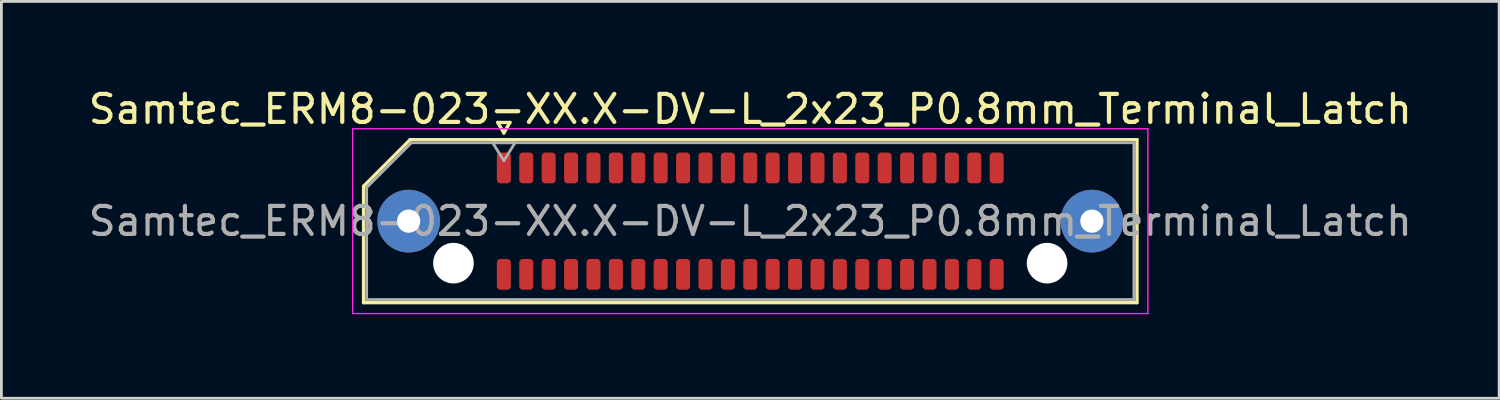
<source format=kicad_pcb>
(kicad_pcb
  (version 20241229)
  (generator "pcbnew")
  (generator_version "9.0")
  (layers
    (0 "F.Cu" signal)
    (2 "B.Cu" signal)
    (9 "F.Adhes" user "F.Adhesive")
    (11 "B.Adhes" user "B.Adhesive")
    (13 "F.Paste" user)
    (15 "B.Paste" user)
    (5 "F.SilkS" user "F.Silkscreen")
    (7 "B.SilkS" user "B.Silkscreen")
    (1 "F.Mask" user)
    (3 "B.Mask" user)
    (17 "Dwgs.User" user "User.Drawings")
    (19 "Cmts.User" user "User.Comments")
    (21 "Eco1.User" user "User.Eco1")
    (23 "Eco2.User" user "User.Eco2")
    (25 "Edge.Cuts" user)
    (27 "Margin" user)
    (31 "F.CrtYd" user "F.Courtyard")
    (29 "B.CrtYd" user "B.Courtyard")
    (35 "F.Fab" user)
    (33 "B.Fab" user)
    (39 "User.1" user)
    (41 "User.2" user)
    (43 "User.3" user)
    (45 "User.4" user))
  (footprint "Samtec_ERM8-023-XX.X-DV-L_2x23_P0.8mm_Terminal_Latch"
    (layer "F.Cu")
    (at 23.744 4.848)
    (property "Reference" "Samtec_ERM8-023-XX.X-DV-L_2x23_P0.8mm_Terminal_Latch" (at 0 -4 0) (layer "F.SilkS") (effects (font (size 1 1) (thickness 0.15))))
    (attr smd)
    (fp_line (start -13.81 -1.246) (end -12.146 -2.91) (stroke (width 0.12) (type solid)) (layer "F.SilkS"))
    (fp_line (start -13.81 2.91) (end -13.81 -1.246) (stroke (width 0.12) (type solid)) (layer "F.SilkS"))
    (fp_line (start -12.146 -2.91) (end 13.81 -2.91) (stroke (width 0.12) (type solid)) (layer "F.SilkS"))
    (fp_line (start -9.017 -3.525) (end -8.8 -3.15) (stroke (width 0.12) (type solid)) (layer "F.SilkS"))
    (fp_line (start -8.8 -3.15) (end -8.583 -3.525) (stroke (width 0.12) (type solid)) (layer "F.SilkS"))
    (fp_line (start -8.583 -3.525) (end -9.017 -3.525) (stroke (width 0.12) (type solid)) (layer "F.SilkS"))
    (fp_line (start 13.81 -2.91) (end 13.81 2.91) (stroke (width 0.12) (type solid)) (layer "F.SilkS"))
    (fp_line (start 13.81 2.91) (end -13.81 2.91) (stroke (width 0.12) (type solid)) (layer "F.SilkS"))
    (fp_line (start -14.2 -3.3) (end -14.2 3.3) (stroke (width 0.05) (type solid)) (layer "F.CrtYd"))
    (fp_line (start -14.2 3.3) (end 14.2 3.3) (stroke (width 0.05) (type solid)) (layer "F.CrtYd"))
    (fp_line (start 14.2 -3.3) (end -14.2 -3.3) (stroke (width 0.05) (type solid)) (layer "F.CrtYd"))
    (fp_line (start 14.2 3.3) (end 14.2 -3.3) (stroke (width 0.05) (type solid)) (layer "F.CrtYd"))
    (fp_line (start -13.7 -1.2) (end -12.1 -2.8) (stroke (width 0.1) (type solid)) (layer "F.Fab"))
    (fp_line (start -13.7 2.8) (end -13.7 -1.2) (stroke (width 0.1) (type solid)) (layer "F.Fab"))
    (fp_line (start -12.1 -2.8) (end 13.7 -2.8) (stroke (width 0.1) (type solid)) (layer "F.Fab"))
    (fp_line (start -9.2 -2.8) (end -8.8 -2.16) (stroke (width 0.1) (type solid)) (layer "F.Fab"))
    (fp_line (start -8.8 -2.16) (end -8.4 -2.8) (stroke (width 0.1) (type solid)) (layer "F.Fab"))
    (fp_line (start -8.4 -2.8) (end -9.2 -2.8) (stroke (width 0.1) (type solid)) (layer "F.Fab"))
    (fp_line (start 13.7 -2.8) (end 13.7 2.8) (stroke (width 0.1) (type solid)) (layer "F.Fab"))
    (fp_line (start 13.7 2.8) (end -13.7 2.8) (stroke (width 0.1) (type solid)) (layer "F.Fab"))
    (fp_text user "${REFERENCE}" (at 0 0 0) (layer "F.Fab") (effects (font (size 1 1) (thickness 0.15))))
    (pad "" thru_hole circle (at -12.2 0) (size 2.24 2.24) (drill 0.83) (layers "*.Cu" "*.Mask" "F.Paste"))
    (pad "" np_thru_hole circle (at -10.6 1.5) (size 1.45 1.45) (drill 1.45) (layers "*.Cu" "*.Mask"))
    (pad "" np_thru_hole circle (at 10.6 1.5) (size 1.45 1.45) (drill 1.45) (layers "*.Cu" "*.Mask"))
    (pad "" thru_hole circle (at 12.2 0) (size 2.24 2.24) (drill 0.83) (layers "*.Cu" "*.Mask" "F.Paste"))
    (pad "1" smd roundrect (at -8.8 -1.9) (size 0.5 1.1) (layers "F.Cu" "F.Mask" "F.Paste") (roundrect_rratio 0.25))
    (pad "2" smd roundrect (at -8.8 1.9) (size 0.5 1.1) (layers "F.Cu" "F.Mask" "F.Paste") (roundrect_rratio 0.25))
    (pad "3" smd roundrect (at -8 -1.9) (size 0.5 1.1) (layers "F.Cu" "F.Mask" "F.Paste") (roundrect_rratio 0.25))
    (pad "4" smd roundrect (at -8 1.9) (size 0.5 1.1) (layers "F.Cu" "F.Mask" "F.Paste") (roundrect_rratio 0.25))
    (pad "5" smd roundrect (at -7.2 -1.9) (size 0.5 1.1) (layers "F.Cu" "F.Mask" "F.Paste") (roundrect_rratio 0.25))
    (pad "6" smd roundrect (at -7.2 1.9) (size 0.5 1.1) (layers "F.Cu" "F.Mask" "F.Paste") (roundrect_rratio 0.25))
    (pad "7" smd roundrect (at -6.4 -1.9) (size 0.5 1.1) (layers "F.Cu" "F.Mask" "F.Paste") (roundrect_rratio 0.25))
    (pad "8" smd roundrect (at -6.4 1.9) (size 0.5 1.1) (layers "F.Cu" "F.Mask" "F.Paste") (roundrect_rratio 0.25))
    (pad "9" smd roundrect (at -5.6 -1.9) (size 0.5 1.1) (layers "F.Cu" "F.Mask" "F.Paste") (roundrect_rratio 0.25))
    (pad "10" smd roundrect (at -5.6 1.9) (size 0.5 1.1) (layers "F.Cu" "F.Mask" "F.Paste") (roundrect_rratio 0.25))
    (pad "11" smd roundrect (at -4.8 -1.9) (size 0.5 1.1) (layers "F.Cu" "F.Mask" "F.Paste") (roundrect_rratio 0.25))
    (pad "12" smd roundrect (at -4.8 1.9) (size 0.5 1.1) (layers "F.Cu" "F.Mask" "F.Paste") (roundrect_rratio 0.25))
    (pad "13" smd roundrect (at -4 -1.9) (size 0.5 1.1) (layers "F.Cu" "F.Mask" "F.Paste") (roundrect_rratio 0.25))
    (pad "14" smd roundrect (at -4 1.9) (size 0.5 1.1) (layers "F.Cu" "F.Mask" "F.Paste") (roundrect_rratio 0.25))
    (pad "15" smd roundrect (at -3.2 -1.9) (size 0.5 1.1) (layers "F.Cu" "F.Mask" "F.Paste") (roundrect_rratio 0.25))
    (pad "16" smd roundrect (at -3.2 1.9) (size 0.5 1.1) (layers "F.Cu" "F.Mask" "F.Paste") (roundrect_rratio 0.25))
    (pad "17" smd roundrect (at -2.4 -1.9) (size 0.5 1.1) (layers "F.Cu" "F.Mask" "F.Paste") (roundrect_rratio 0.25))
    (pad "18" smd roundrect (at -2.4 1.9) (size 0.5 1.1) (layers "F.Cu" "F.Mask" "F.Paste") (roundrect_rratio 0.25))
    (pad "19" smd roundrect (at -1.6 -1.9) (size 0.5 1.1) (layers "F.Cu" "F.Mask" "F.Paste") (roundrect_rratio 0.25))
    (pad "20" smd roundrect (at -1.6 1.9) (size 0.5 1.1) (layers "F.Cu" "F.Mask" "F.Paste") (roundrect_rratio 0.25))
    (pad "21" smd roundrect (at -0.8 -1.9) (size 0.5 1.1) (layers "F.Cu" "F.Mask" "F.Paste") (roundrect_rratio 0.25))
    (pad "22" smd roundrect (at -0.8 1.9) (size 0.5 1.1) (layers "F.Cu" "F.Mask" "F.Paste") (roundrect_rratio 0.25))
    (pad "23" smd roundrect (at 0 -1.9) (size 0.5 1.1) (layers "F.Cu" "F.Mask" "F.Paste") (roundrect_rratio 0.25))
    (pad "24" smd roundrect (at 0 1.9) (size 0.5 1.1) (layers "F.Cu" "F.Mask" "F.Paste") (roundrect_rratio 0.25))
    (pad "25" smd roundrect (at 0.8 -1.9) (size 0.5 1.1) (layers "F.Cu" "F.Mask" "F.Paste") (roundrect_rratio 0.25))
    (pad "26" smd roundrect (at 0.8 1.9) (size 0.5 1.1) (layers "F.Cu" "F.Mask" "F.Paste") (roundrect_rratio 0.25))
    (pad "27" smd roundrect (at 1.6 -1.9) (size 0.5 1.1) (layers "F.Cu" "F.Mask" "F.Paste") (roundrect_rratio 0.25))
    (pad "28" smd roundrect (at 1.6 1.9) (size 0.5 1.1) (layers "F.Cu" "F.Mask" "F.Paste") (roundrect_rratio 0.25))
    (pad "29" smd roundrect (at 2.4 -1.9) (size 0.5 1.1) (layers "F.Cu" "F.Mask" "F.Paste") (roundrect_rratio 0.25))
    (pad "30" smd roundrect (at 2.4 1.9) (size 0.5 1.1) (layers "F.Cu" "F.Mask" "F.Paste") (roundrect_rratio 0.25))
    (pad "31" smd roundrect (at 3.2 -1.9) (size 0.5 1.1) (layers "F.Cu" "F.Mask" "F.Paste") (roundrect_rratio 0.25))
    (pad "32" smd roundrect (at 3.2 1.9) (size 0.5 1.1) (layers "F.Cu" "F.Mask" "F.Paste") (roundrect_rratio 0.25))
    (pad "33" smd roundrect (at 4 -1.9) (size 0.5 1.1) (layers "F.Cu" "F.Mask" "F.Paste") (roundrect_rratio 0.25))
    (pad "34" smd roundrect (at 4 1.9) (size 0.5 1.1) (layers "F.Cu" "F.Mask" "F.Paste") (roundrect_rratio 0.25))
    (pad "35" smd roundrect (at 4.8 -1.9) (size 0.5 1.1) (layers "F.Cu" "F.Mask" "F.Paste") (roundrect_rratio 0.25))
    (pad "36" smd roundrect (at 4.8 1.9) (size 0.5 1.1) (layers "F.Cu" "F.Mask" "F.Paste") (roundrect_rratio 0.25))
    (pad "37" smd roundrect (at 5.6 -1.9) (size 0.5 1.1) (layers "F.Cu" "F.Mask" "F.Paste") (roundrect_rratio 0.25))
    (pad "38" smd roundrect (at 5.6 1.9) (size 0.5 1.1) (layers "F.Cu" "F.Mask" "F.Paste") (roundrect_rratio 0.25))
    (pad "39" smd roundrect (at 6.4 -1.9) (size 0.5 1.1) (layers "F.Cu" "F.Mask" "F.Paste") (roundrect_rratio 0.25))
    (pad "40" smd roundrect (at 6.4 1.9) (size 0.5 1.1) (layers "F.Cu" "F.Mask" "F.Paste") (roundrect_rratio 0.25))
    (pad "41" smd roundrect (at 7.2 -1.9) (size 0.5 1.1) (layers "F.Cu" "F.Mask" "F.Paste") (roundrect_rratio 0.25))
    (pad "42" smd roundrect (at 7.2 1.9) (size 0.5 1.1) (layers "F.Cu" "F.Mask" "F.Paste") (roundrect_rratio 0.25))
    (pad "43" smd roundrect (at 8 -1.9) (size 0.5 1.1) (layers "F.Cu" "F.Mask" "F.Paste") (roundrect_rratio 0.25))
    (pad "44" smd roundrect (at 8 1.9) (size 0.5 1.1) (layers "F.Cu" "F.Mask" "F.Paste") (roundrect_rratio 0.25))
    (pad "45" smd roundrect (at 8.8 -1.9) (size 0.5 1.1) (layers "F.Cu" "F.Mask" "F.Paste") (roundrect_rratio 0.25))
    (pad "46" smd roundrect (at 8.8 1.9) (size 0.5 1.1) (layers "F.Cu" "F.Mask" "F.Paste") (roundrect_rratio 0.25)))
  (gr_rect
    (start -3 -3)
    (end 50.488 11.173)
    (stroke (width 0.1) (type default))
    (fill no)
    (layer "Edge.Cuts")))
</source>
